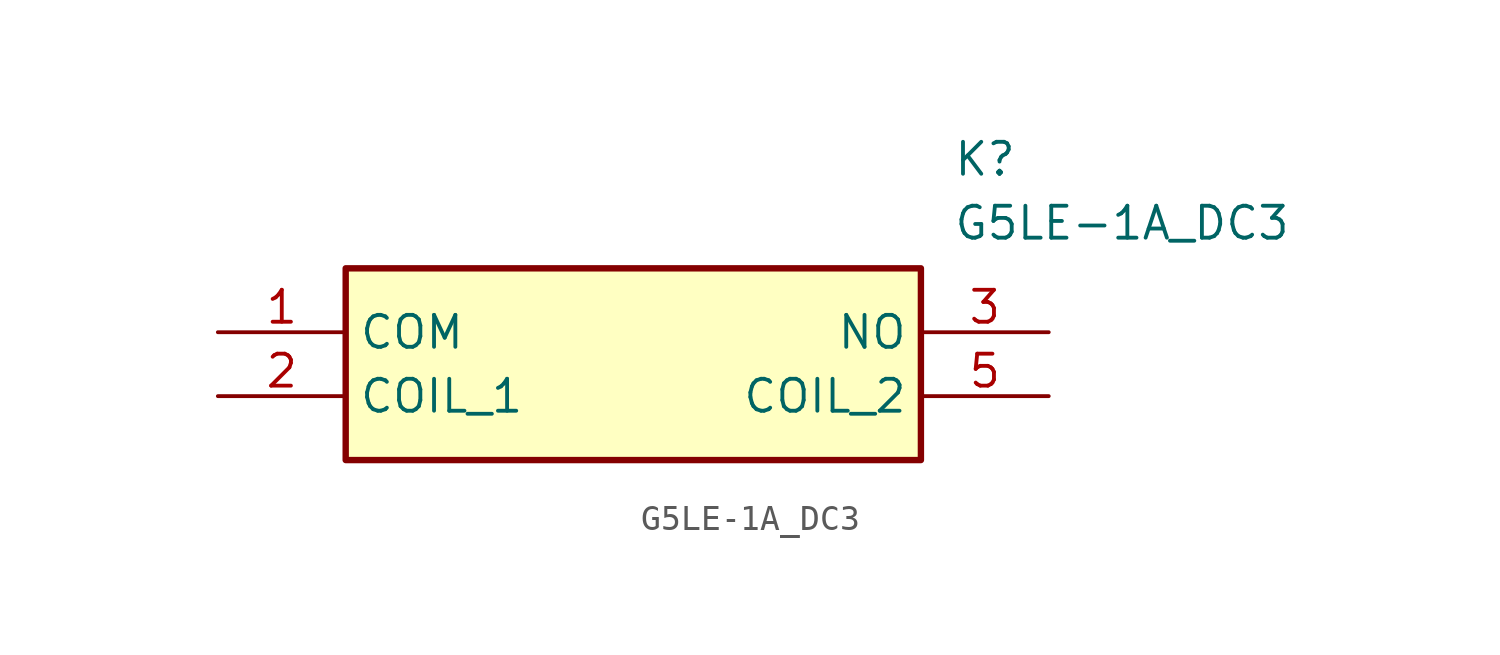
<source format=kicad_sym>
(kicad_symbol_lib
  (version 20211014)
  (generator SamacSys_ECAD_Model)
  (symbol "G5LE-1A_DC3"
    (property "Reference" "K"
      (at 29.21 7.62 0)
      (effects (font (size 1.27 1.27)) (justify left top)))
    (property "Value" "G5LE-1A_DC3"
      (at 29.21 5.08 0)
      (effects (font (size 1.27 1.27)) (justify left top)))
    (rectangle
      (start 5.08 2.54)
      (end 27.94 -5.08)
      (stroke (width 0.254) (type default))
      (fill (type background)))
    (pin passive line
      (at 0 0 0)
      (length 5.08)
      (name "COM" (effects (font (size 1.27 1.27))))
      (number "1" (effects (font (size 1.27 1.27)))))
    (pin passive line
      (at 0 -2.54 0)
      (length 5.08)
      (name "COIL_1" (effects (font (size 1.27 1.27))))
      (number "2" (effects (font (size 1.27 1.27)))))
    (pin passive line
      (at 33.02 0 180)
      (length 5.08)
      (name "NO" (effects (font (size 1.27 1.27))))
      (number "3" (effects (font (size 1.27 1.27)))))
    (pin passive line
      (at 33.02 -2.54 180)
      (length 5.08)
      (name "COIL_2" (effects (font (size 1.27 1.27))))
      (number "5" (effects (font (size 1.27 1.27)))))))
</source>
